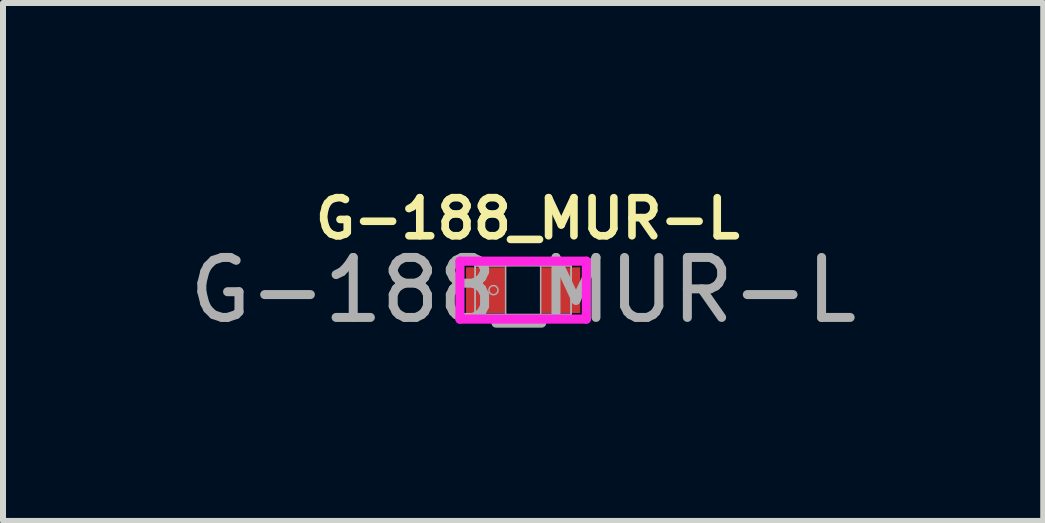
<source format=kicad_pcb>
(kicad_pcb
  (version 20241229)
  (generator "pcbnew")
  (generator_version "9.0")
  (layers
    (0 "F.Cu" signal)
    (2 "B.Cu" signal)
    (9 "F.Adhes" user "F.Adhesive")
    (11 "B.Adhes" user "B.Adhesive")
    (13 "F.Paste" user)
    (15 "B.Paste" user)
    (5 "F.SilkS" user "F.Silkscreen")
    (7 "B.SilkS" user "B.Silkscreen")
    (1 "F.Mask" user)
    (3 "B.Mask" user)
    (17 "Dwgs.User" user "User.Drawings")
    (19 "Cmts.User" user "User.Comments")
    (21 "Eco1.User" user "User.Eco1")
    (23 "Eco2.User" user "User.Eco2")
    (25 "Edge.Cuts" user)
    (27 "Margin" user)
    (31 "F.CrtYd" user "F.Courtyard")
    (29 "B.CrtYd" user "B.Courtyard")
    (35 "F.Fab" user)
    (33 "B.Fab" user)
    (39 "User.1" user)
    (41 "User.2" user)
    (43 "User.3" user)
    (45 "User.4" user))
  (footprint "G-188_MUR-L"
    (layer "F.Cu")
    (at 5.673 1.788)
    (property "Reference" "G-188_MUR-L" (at 0.076 -1.194 0) (unlocked yes) (layer "F.SilkS") (effects (font (size 0.635 0.635) (thickness 0.127) (bold yes))))
    (attr smd)
    (fp_line (start -1.054 -0.483) (end 1.054 -0.483) (stroke (width 0.152) (type solid)) (layer "F.CrtYd"))
    (fp_line (start -1.054 0.483) (end -1.054 -0.483) (stroke (width 0.152) (type solid)) (layer "F.CrtYd"))
    (fp_line (start 1.054 -0.483) (end 1.054 0.483) (stroke (width 0.152) (type solid)) (layer "F.CrtYd"))
    (fp_line (start 1.054 0.483) (end -1.054 0.483) (stroke (width 0.152) (type solid)) (layer "F.CrtYd"))
    (fp_line (start -0.8 -0.406) (end -0.8 0.406) (stroke (width 0.025) (type solid)) (layer "F.Fab"))
    (fp_line (start -0.8 -0.406) (end -0.8 0.406) (stroke (width 0.025) (type solid)) (layer "F.Fab"))
    (fp_line (start -0.8 0.406) (end -0.292 0.406) (stroke (width 0.025) (type solid)) (layer "F.Fab"))
    (fp_line (start -0.8 0.406) (end 0.8 0.406) (stroke (width 0.025) (type solid)) (layer "F.Fab"))
    (fp_line (start -0.292 -0.406) (end -0.8 -0.406) (stroke (width 0.025) (type solid)) (layer "F.Fab"))
    (fp_line (start -0.292 0.406) (end -0.292 -0.406) (stroke (width 0.025) (type solid)) (layer "F.Fab"))
    (fp_line (start 0.292 -0.406) (end 0.292 0.406) (stroke (width 0.025) (type solid)) (layer "F.Fab"))
    (fp_line (start 0.292 0.406) (end 0.8 0.406) (stroke (width 0.025) (type solid)) (layer "F.Fab"))
    (fp_line (start 0.8 -0.406) (end -0.8 -0.406) (stroke (width 0.025) (type solid)) (layer "F.Fab"))
    (fp_line (start 0.8 -0.406) (end 0.292 -0.406) (stroke (width 0.025) (type solid)) (layer "F.Fab"))
    (fp_line (start 0.8 0.406) (end 0.8 -0.406) (stroke (width 0.025) (type solid)) (layer "F.Fab"))
    (fp_line (start 0.8 0.406) (end 0.8 -0.406) (stroke (width 0.025) (type solid)) (layer "F.Fab"))
    (fp_circle (center -0.495 0) (end -0.419 0) (stroke (width 0.025) (type solid)) (fill no) (layer "F.Fab"))
    (fp_text user "${REFERENCE}" (at 0 0 0) (unlocked yes) (layer "F.Fab") (effects (font (size 1 1) (thickness 0.15))))
    (pad "1" smd rect (at -0.622 0) (size 0.66 0.762) (layers "F.Cu" "F.Mask" "F.Paste"))
    (pad "2" smd rect (at 0.622 0) (size 0.66 0.762) (layers "F.Cu" "F.Mask" "F.Paste"))
    (zone (net_name "") (layer "F.Cu") (hatch full 0.508) (connect_pads) (min_thickness 0.254) (filled_areas_thickness no) (keepout (tracks not_allowed) (vias not_allowed) (pads allowed) (copperpour not_allowed) (footprints allowed)) (placement (enabled no)) (fill) (polygon (pts (xy 5.431 1.433) (xy 5.914 1.433) (xy 5.914 2.144) (xy 5.431 2.144)))))
  (gr_rect
    (start -3 -3)
    (end 14.345 5.636)
    (stroke (width 0.1) (type default))
    (fill no)
    (layer "Edge.Cuts")))
</source>
